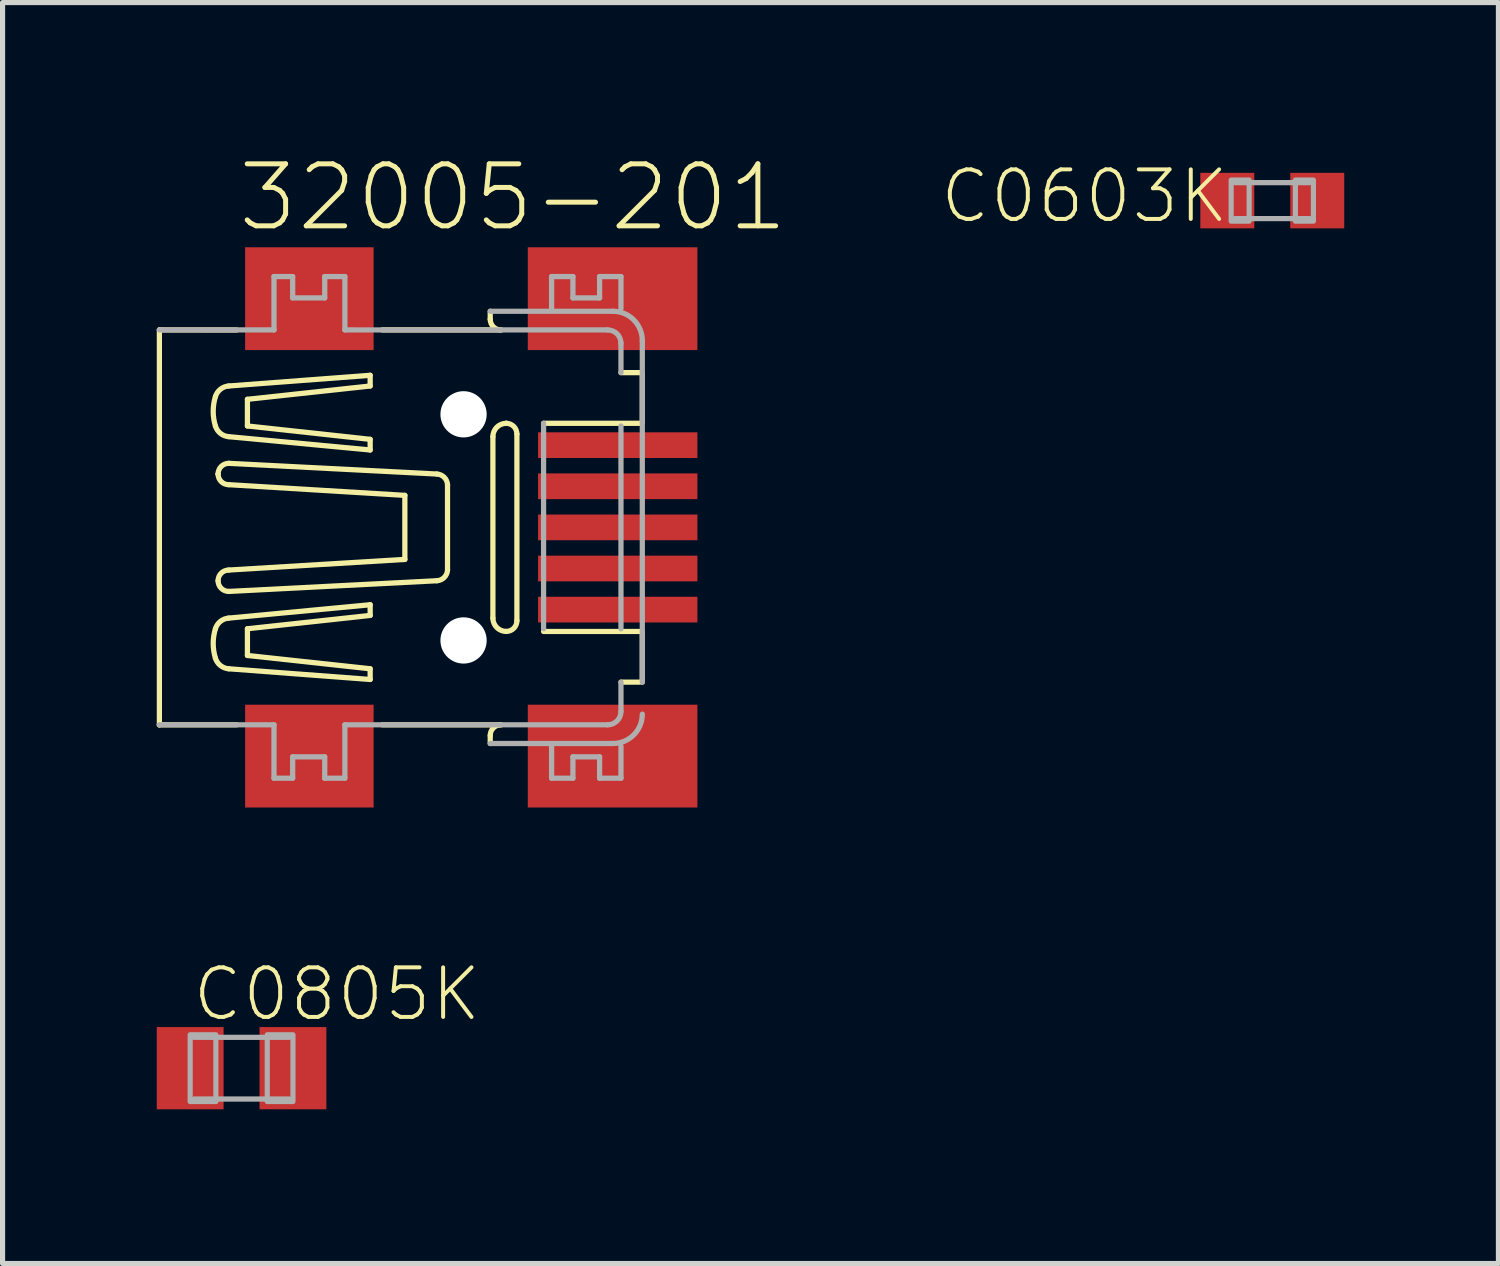
<source format=kicad_pcb>
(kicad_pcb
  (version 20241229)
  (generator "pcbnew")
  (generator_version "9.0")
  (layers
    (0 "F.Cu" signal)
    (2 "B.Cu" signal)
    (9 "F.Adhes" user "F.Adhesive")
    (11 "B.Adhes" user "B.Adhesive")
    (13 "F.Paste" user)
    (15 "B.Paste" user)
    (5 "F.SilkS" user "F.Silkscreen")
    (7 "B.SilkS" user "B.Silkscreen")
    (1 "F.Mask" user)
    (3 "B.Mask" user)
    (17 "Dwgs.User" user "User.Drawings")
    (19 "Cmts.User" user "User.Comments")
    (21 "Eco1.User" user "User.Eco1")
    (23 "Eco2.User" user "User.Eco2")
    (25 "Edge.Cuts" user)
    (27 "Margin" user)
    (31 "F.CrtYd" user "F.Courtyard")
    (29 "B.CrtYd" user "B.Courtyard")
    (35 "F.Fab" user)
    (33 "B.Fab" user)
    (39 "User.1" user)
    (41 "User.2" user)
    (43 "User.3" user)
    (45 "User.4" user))
  (footprint "C0805K"
    (layer "F.Cu")
    (at 1.65 17.733)
    (property "Reference" "C0805K" (at -1 -0.875 0) (layer "F.SilkS") (effects (font (size 0.965 0.965) (thickness 0.077)) (justify left bottom)))
    (attr through_hole)
    (fp_line (start -0.925 -0.6) (end 0.925 -0.6) (stroke (width 0.102) (type solid)) (layer "F.Fab"))
    (fp_line (start 0.925 0.6) (end -0.925 0.6) (stroke (width 0.102) (type solid)) (layer "F.Fab"))
    (fp_poly (pts (xy -1 0.65) (xy -0.5 0.65) (xy -0.5 -0.65) (xy -1 -0.65)) (stroke (width 0.1) (type solid)) (fill no) (layer "F.Fab"))
    (fp_poly (pts (xy 0.5 0.65) (xy 1 0.65) (xy 1 -0.65) (xy 0.5 -0.65)) (stroke (width 0.1) (type solid)) (fill no) (layer "F.Fab"))
    (pad "1" smd rect (at -1 0) (size 1.3 1.6) (layers "F.Cu" "F.Mask" "F.Paste"))
    (pad "2" smd rect (at 1 0) (size 1.3 1.6) (layers "F.Cu" "F.Mask" "F.Paste")))
  (footprint "C0603K"
    (layer "F.Cu")
    (at 21.704 0.853)
    (property "Reference" "C0603K" (at -0.8 -0.65 180) (layer "F.SilkS") (effects (font (size 0.965 0.965) (thickness 0.077)) (justify right top)))
    (attr through_hole)
    (fp_line (start -0.725 -0.35) (end 0.725 -0.35) (stroke (width 0.102) (type solid)) (layer "F.Fab"))
    (fp_line (start 0.725 0.35) (end -0.725 0.35) (stroke (width 0.102) (type solid)) (layer "F.Fab"))
    (fp_poly (pts (xy -0.8 0.4) (xy -0.45 0.4) (xy -0.45 -0.4) (xy -0.8 -0.4)) (stroke (width 0.1) (type solid)) (fill no) (layer "F.Fab"))
    (fp_poly (pts (xy 0.45 0.4) (xy 0.8 0.4) (xy 0.8 -0.4) (xy 0.45 -0.4)) (stroke (width 0.1) (type solid)) (fill no) (layer "F.Fab"))
    (pad "1" smd rect (at -0.875 0) (size 1.05 1.08) (layers "F.Cu" "F.Mask" "F.Paste"))
    (pad "2" smd rect (at 0.875 0) (size 1.05 1.08) (layers "F.Cu" "F.Mask" "F.Paste")))
  (footprint "32005-201"
    (layer "F.Cu")
    (at 5.969 7.211)
    (property "Reference" "32005-201" (at -4.445 -5.715 0) (layer "F.SilkS") (effects (font (size 1.206 1.206) (thickness 0.097)) (justify left bottom)))
    (attr through_hole)
    (fp_line (start -5.918 -3.842) (end -4.415 -3.841) (stroke (width 0.102) (type solid)) (layer "F.SilkS"))
    (fp_line (start -5.918 3.841) (end -5.918 -3.842) (stroke (width 0.102) (type solid)) (layer "F.SilkS"))
    (fp_line (start -5.918 3.841) (end -4.415 3.841) (stroke (width 0.102) (type solid)) (layer "F.SilkS"))
    (fp_line (start -5.918 3.841) (end -5.918 3.841) (stroke (width 0.102) (type solid)) (layer "F.SilkS"))
    (fp_line (start -4.776 -1.038) (end -4.776 -1.038) (stroke (width 0.102) (type solid)) (layer "F.SilkS"))
    (fp_line (start -4.569 -1.765) (end -1.817 -1.506) (stroke (width 0.102) (type solid)) (layer "F.SilkS"))
    (fp_line (start -4.569 -0.831) (end -1.142 -0.623) (stroke (width 0.102) (type solid)) (layer "F.SilkS"))
    (fp_line (start -4.569 0.83) (end -1.142 0.623) (stroke (width 0.102) (type solid)) (layer "F.SilkS"))
    (fp_line (start -4.569 1.765) (end -1.817 1.505) (stroke (width 0.102) (type solid)) (layer "F.SilkS"))
    (fp_line (start -4.568 -1.246) (end -0.519 -1.038) (stroke (width 0.102) (type solid)) (layer "F.SilkS"))
    (fp_line (start -4.568 1.246) (end -0.519 1.038) (stroke (width 0.102) (type solid)) (layer "F.SilkS"))
    (fp_line (start -4.205 -2.492) (end -1.817 -2.751) (stroke (width 0.102) (type solid)) (layer "F.SilkS"))
    (fp_line (start -4.205 -1.973) (end -4.205 -2.492) (stroke (width 0.102) (type solid)) (layer "F.SilkS"))
    (fp_line (start -4.205 1.972) (end -4.205 2.492) (stroke (width 0.102) (type solid)) (layer "F.SilkS"))
    (fp_line (start -4.205 2.492) (end -1.817 2.751) (stroke (width 0.102) (type solid)) (layer "F.SilkS"))
    (fp_line (start -1.817 -2.959) (end -4.569 -2.751) (stroke (width 0.102) (type solid)) (layer "F.SilkS"))
    (fp_line (start -1.817 -2.751) (end -1.817 -2.959) (stroke (width 0.102) (type solid)) (layer "F.SilkS"))
    (fp_line (start -1.817 -1.713) (end -4.205 -1.973) (stroke (width 0.102) (type solid)) (layer "F.SilkS"))
    (fp_line (start -1.817 -1.506) (end -1.817 -1.713) (stroke (width 0.102) (type solid)) (layer "F.SilkS"))
    (fp_line (start -1.817 1.505) (end -1.817 1.713) (stroke (width 0.102) (type solid)) (layer "F.SilkS"))
    (fp_line (start -1.817 1.713) (end -4.205 1.972) (stroke (width 0.102) (type solid)) (layer "F.SilkS"))
    (fp_line (start -1.817 2.751) (end -1.817 2.959) (stroke (width 0.102) (type solid)) (layer "F.SilkS"))
    (fp_line (start -1.817 2.959) (end -4.569 2.751) (stroke (width 0.102) (type solid)) (layer "F.SilkS"))
    (fp_line (start -1.583 3.841) (end 0.727 3.841) (stroke (width 0.102) (type solid)) (layer "F.SilkS"))
    (fp_line (start -1.583 -3.842) (end 0.727 -3.842) (stroke (width 0.102) (type solid)) (layer "F.SilkS"))
    (fp_line (start -1.142 0.623) (end -1.142 -0.623) (stroke (width 0.102) (type solid)) (layer "F.SilkS"))
    (fp_line (start -0.312 0.83) (end -0.312 -0.831) (stroke (width 0.102) (type solid)) (layer "F.SilkS"))
    (fp_line (start 0.519 -4.049) (end 0.519 -4.205) (stroke (width 0.102) (type solid)) (layer "F.SilkS"))
    (fp_line (start 0.519 4.049) (end 0.519 4.205) (stroke (width 0.102) (type solid)) (layer "F.SilkS"))
    (fp_line (start 0.571 -1.765) (end 0.571 1.765) (stroke (width 0.102) (type solid)) (layer "F.SilkS"))
    (fp_line (start 0.831 -2.025) (end 0.83 -2.025) (stroke (width 0.102) (type solid)) (layer "F.SilkS"))
    (fp_line (start 1.038 1.817) (end 1.038 -1.817) (stroke (width 0.102) (type solid)) (layer "F.SilkS"))
    (fp_line (start 1.557 -2.025) (end 3.426 -2.025) (stroke (width 0.102) (type solid)) (layer "F.SilkS"))
    (fp_line (start 1.557 2.025) (end 3.426 2.025) (stroke (width 0.102) (type solid)) (layer "F.SilkS"))
    (fp_line (start 3.063 -3.011) (end 3.426 -3.011) (stroke (width 0.102) (type solid)) (layer "F.SilkS"))
    (fp_line (start 3.063 3.011) (end 3.426 3.011) (stroke (width 0.102) (type solid)) (layer "F.SilkS"))
    (fp_line (start 3.478 2.025) (end 3.478 3.011) (stroke (width 0.102) (type solid)) (layer "F.SilkS"))
    (fp_line (start 3.478 -3.011) (end 3.478 -2.025) (stroke (width 0.102) (type solid)) (layer "F.SilkS"))
    (fp_arc (start -4.828 -2.5438) (mid -4.730297 -2.687659) (end -4.5685 -2.7514) (stroke (width 0.1016) (type solid)) (layer "F.SilkS"))
    (fp_arc (start -4.828 -1.9727) (mid -4.870802 -2.25825) (end -4.828 -2.5438) (stroke (width 0.1016) (type solid)) (layer "F.SilkS"))
    (fp_arc (start -4.828 1.9725) (mid -4.730298 1.828641) (end -4.568501 1.764899) (stroke (width 0.1016) (type solid)) (layer "F.SilkS"))
    (fp_arc (start -4.828 2.5436) (mid -4.870802 2.25805) (end -4.828 1.9725) (stroke (width 0.1016) (type solid)) (layer "F.SilkS"))
    (fp_arc (start -4.7761 -1.0383) (mid -4.715295 -1.185095) (end -4.5685 -1.2459) (stroke (width 0.1016) (type solid)) (layer "F.SilkS"))
    (fp_arc (start -4.7761 1.038) (mid -4.715295 0.891205) (end -4.5685 0.8304) (stroke (width 0.1016) (type solid)) (layer "F.SilkS"))
    (fp_arc (start -4.568501 -1.765099) (mid -4.730298 -1.828841) (end -4.828 -1.9727) (stroke (width 0.1016) (type solid)) (layer "F.SilkS"))
    (fp_arc (start -4.5685 -0.8306) (mid -4.715295 -0.891405) (end -4.7761 -1.0382) (stroke (width 0.1016) (type solid)) (layer "F.SilkS"))
    (fp_arc (start -4.5685 1.2457) (mid -4.715295 1.184895) (end -4.7761 1.0381) (stroke (width 0.1016) (type solid)) (layer "F.SilkS"))
    (fp_arc (start -4.5685 2.7512) (mid -4.730297 2.687459) (end -4.828 2.5436) (stroke (width 0.1016) (type solid)) (layer "F.SilkS"))
    (fp_arc (start -0.5192 -1.0383) (mid -0.375653 -0.974177) (end -0.311598 -0.8306) (stroke (width 0.1016) (type solid)) (layer "F.SilkS"))
    (fp_arc (start -0.311599 0.830399) (mid -0.375679 0.973951) (end -0.5192 1.0381) (stroke (width 0.1016) (type solid)) (layer "F.SilkS"))
    (fp_arc (start 0.519 4.049) (mid 0.579805 3.902205) (end 0.7266 3.8414) (stroke (width 0.1016) (type solid)) (layer "F.SilkS"))
    (fp_arc (start 0.570899 -1.765099) (mid 0.646934 -1.948565) (end 0.8304 -2.0246) (stroke (width 0.1016) (type solid)) (layer "F.SilkS"))
    (fp_arc (start 0.7266 -3.8416) (mid 0.579805 -3.902405) (end 0.519 -4.0492) (stroke (width 0.1016) (type solid)) (layer "F.SilkS"))
    (fp_arc (start 0.8304 2.0244) (mid 0.646993 1.948306) (end 0.570899 1.764899) (stroke (width 0.1016) (type solid)) (layer "F.SilkS"))
    (fp_arc (start 0.8305 -2.0246) (mid 0.977325 -1.963825) (end 1.0381 -1.817) (stroke (width 0.1016) (type solid)) (layer "F.SilkS"))
    (fp_arc (start 1.0381 1.8168) (mid 0.977325 1.963625) (end 0.8305 2.0244) (stroke (width 0.1016) (type solid)) (layer "F.SilkS"))
    (fp_line (start -5.918 -3.842) (end -3.688 -3.842) (stroke (width 0.102) (type solid)) (layer "F.Fab"))
    (fp_line (start -5.918 3.841) (end -3.688 3.841) (stroke (width 0.102) (type solid)) (layer "F.Fab"))
    (fp_line (start -3.688 -4.88) (end -3.325 -4.88) (stroke (width 0.102) (type solid)) (layer "F.Fab"))
    (fp_line (start -3.688 -3.842) (end -3.688 -4.88) (stroke (width 0.102) (type solid)) (layer "F.Fab"))
    (fp_line (start -3.688 3.841) (end -3.688 4.88) (stroke (width 0.102) (type solid)) (layer "F.Fab"))
    (fp_line (start -3.688 4.88) (end -3.325 4.88) (stroke (width 0.102) (type solid)) (layer "F.Fab"))
    (fp_line (start -3.325 -4.88) (end -3.325 -4.465) (stroke (width 0.102) (type solid)) (layer "F.Fab"))
    (fp_line (start -3.325 -4.465) (end -2.701 -4.465) (stroke (width 0.102) (type solid)) (layer "F.Fab"))
    (fp_line (start -3.325 4.464) (end -2.701 4.464) (stroke (width 0.102) (type solid)) (layer "F.Fab"))
    (fp_line (start -3.325 4.88) (end -3.325 4.464) (stroke (width 0.102) (type solid)) (layer "F.Fab"))
    (fp_line (start -2.701 -4.88) (end -2.309 -4.88) (stroke (width 0.102) (type solid)) (layer "F.Fab"))
    (fp_line (start -2.701 -4.465) (end -2.701 -4.88) (stroke (width 0.102) (type solid)) (layer "F.Fab"))
    (fp_line (start -2.701 4.464) (end -2.701 4.88) (stroke (width 0.102) (type solid)) (layer "F.Fab"))
    (fp_line (start -2.701 4.88) (end -2.309 4.88) (stroke (width 0.102) (type solid)) (layer "F.Fab"))
    (fp_line (start -2.309 -4.88) (end -2.309 -3.842) (stroke (width 0.102) (type solid)) (layer "F.Fab"))
    (fp_line (start -2.309 -3.842) (end 0.727 -3.841) (stroke (width 0.102) (type solid)) (layer "F.Fab"))
    (fp_line (start -2.309 3.841) (end 2.803 3.841) (stroke (width 0.102) (type solid)) (layer "F.Fab"))
    (fp_line (start -2.309 4.88) (end -2.309 3.841) (stroke (width 0.102) (type solid)) (layer "F.Fab"))
    (fp_line (start 0.519 -4.205) (end 2.907 -4.205) (stroke (width 0.102) (type solid)) (layer "F.Fab"))
    (fp_line (start 0.519 4.205) (end 2.907 4.205) (stroke (width 0.102) (type solid)) (layer "F.Fab"))
    (fp_line (start 1.557 1.972) (end 1.557 -2.025) (stroke (width 0.102) (type solid)) (layer "F.Fab"))
    (fp_line (start 1.713 -4.88) (end 2.128 -4.88) (stroke (width 0.102) (type solid)) (layer "F.Fab"))
    (fp_line (start 1.713 -4.257) (end 1.713 -4.88) (stroke (width 0.102) (type solid)) (layer "F.Fab"))
    (fp_line (start 1.713 4.257) (end 1.713 4.88) (stroke (width 0.102) (type solid)) (layer "F.Fab"))
    (fp_line (start 1.713 4.88) (end 2.128 4.88) (stroke (width 0.102) (type solid)) (layer "F.Fab"))
    (fp_line (start 2.128 -4.88) (end 2.128 -4.465) (stroke (width 0.102) (type solid)) (layer "F.Fab"))
    (fp_line (start 2.128 -4.465) (end 2.647 -4.465) (stroke (width 0.102) (type solid)) (layer "F.Fab"))
    (fp_line (start 2.128 4.464) (end 2.647 4.464) (stroke (width 0.102) (type solid)) (layer "F.Fab"))
    (fp_line (start 2.128 4.88) (end 2.128 4.464) (stroke (width 0.102) (type solid)) (layer "F.Fab"))
    (fp_line (start 2.647 -4.88) (end 3.063 -4.88) (stroke (width 0.102) (type solid)) (layer "F.Fab"))
    (fp_line (start 2.647 -4.465) (end 2.647 -4.88) (stroke (width 0.102) (type solid)) (layer "F.Fab"))
    (fp_line (start 2.647 4.464) (end 2.647 4.88) (stroke (width 0.102) (type solid)) (layer "F.Fab"))
    (fp_line (start 2.647 4.88) (end 3.063 4.88) (stroke (width 0.102) (type solid)) (layer "F.Fab"))
    (fp_line (start 2.803 -3.842) (end 0.727 -3.842) (stroke (width 0.102) (type solid)) (layer "F.Fab"))
    (fp_line (start 3.063 -4.88) (end 3.063 -4.257) (stroke (width 0.102) (type solid)) (layer "F.Fab"))
    (fp_line (start 3.063 -3.582) (end 3.063 -3.011) (stroke (width 0.102) (type solid)) (layer "F.Fab"))
    (fp_line (start 3.063 1.973) (end 3.063 -1.973) (stroke (width 0.102) (type solid)) (layer "F.Fab"))
    (fp_line (start 3.063 3.582) (end 3.063 3.011) (stroke (width 0.102) (type solid)) (layer "F.Fab"))
    (fp_line (start 3.063 4.88) (end 3.063 4.257) (stroke (width 0.102) (type solid)) (layer "F.Fab"))
    (fp_line (start 3.478 -3.634) (end 3.478 3.011) (stroke (width 0.102) (type solid)) (layer "F.Fab"))
    (fp_arc (start 2.8032 -3.8416) (mid 2.986694 -3.765594) (end 3.0627 -3.5821) (stroke (width 0.1016) (type solid)) (layer "F.Fab"))
    (fp_arc (start 2.907 -4.205) (mid 3.310829 -4.037729) (end 3.4781 -3.6339) (stroke (width 0.1016) (type solid)) (layer "F.Fab"))
    (fp_arc (start 3.0627 3.5819) (mid 2.986724 3.765424) (end 2.8032 3.8414) (stroke (width 0.1016) (type solid)) (layer "F.Fab"))
    (fp_arc (start 3.4781 3.6337) (mid 3.310858 4.037558) (end 2.907 4.2048) (stroke (width 0.1016) (type solid)) (layer "F.Fab"))
    (pad "" np_thru_hole circle (at 0 -2.2) (size 0.9 0.9) (drill 0.9) (layers "*.Cu" "*.Mask"))
    (pad "" np_thru_hole circle (at 0 2.2) (size 0.9 0.9) (drill 0.9) (layers "*.Cu" "*.Mask"))
    (pad "1" smd rect (at 3 -1.6) (size 3.1 0.5) (layers "F.Cu" "F.Mask" "F.Paste"))
    (pad "2" smd rect (at 3 -0.8) (size 3.1 0.5) (layers "F.Cu" "F.Mask" "F.Paste"))
    (pad "3" smd rect (at 3 0) (size 3.1 0.5) (layers "F.Cu" "F.Mask" "F.Paste"))
    (pad "4" smd rect (at 3 0.8) (size 3.1 0.5) (layers "F.Cu" "F.Mask" "F.Paste"))
    (pad "5" smd rect (at 3 1.6) (size 3.1 0.5) (layers "F.Cu" "F.Mask" "F.Paste"))
    (pad "M1" smd rect (at -3 4.45) (size 2.5 2) (layers "F.Cu" "F.Mask" "F.Paste"))
    (pad "M2" smd rect (at -3 -4.45) (size 2.5 2) (layers "F.Cu" "F.Mask" "F.Paste"))
    (pad "M3" smd rect (at 2.9 -4.45) (size 3.3 2) (layers "F.Cu" "F.Mask" "F.Paste"))
    (pad "M4" smd rect (at 2.9 4.45) (size 3.3 2) (layers "F.Cu" "F.Mask" "F.Paste")))
  (gr_rect
    (start -3 -3)
    (end 26.104 21.533)
    (stroke (width 0.1) (type default))
    (fill no)
    (layer "Edge.Cuts")))
</source>
